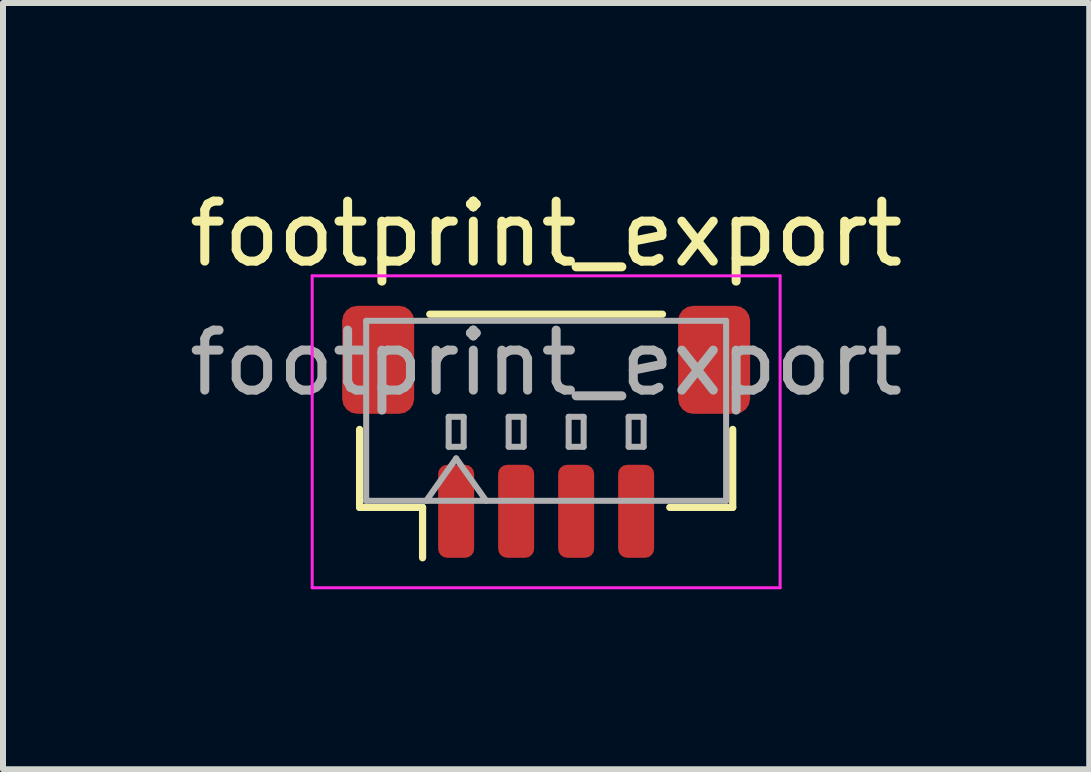
<source format=kicad_pcb>
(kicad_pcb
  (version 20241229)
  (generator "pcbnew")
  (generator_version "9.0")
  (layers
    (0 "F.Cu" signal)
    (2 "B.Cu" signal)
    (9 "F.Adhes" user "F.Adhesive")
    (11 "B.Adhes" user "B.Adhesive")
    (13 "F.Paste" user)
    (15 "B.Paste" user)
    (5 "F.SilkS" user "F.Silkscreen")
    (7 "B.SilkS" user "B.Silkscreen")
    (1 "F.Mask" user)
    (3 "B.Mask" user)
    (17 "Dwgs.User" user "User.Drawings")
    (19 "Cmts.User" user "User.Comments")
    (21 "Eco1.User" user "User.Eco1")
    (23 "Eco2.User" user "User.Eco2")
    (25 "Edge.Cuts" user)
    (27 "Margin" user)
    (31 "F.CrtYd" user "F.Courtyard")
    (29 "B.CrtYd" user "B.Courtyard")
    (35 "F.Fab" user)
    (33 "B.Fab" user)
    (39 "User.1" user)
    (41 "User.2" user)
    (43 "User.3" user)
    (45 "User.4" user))
  (footprint "footprint_export"
    (layer "F.Cu")
    (at 6.054 4.148)
    (property "Reference" "footprint_export" (at 0 -3.3 0) (layer "F.SilkS") (effects (font (size 1 1) (thickness 0.15))))
    (attr smd)
    (fp_line (start -3.11 -0.04) (end -3.11 1.26) (stroke (width 0.12) (type solid)) (layer "F.SilkS"))
    (fp_line (start -3.11 1.26) (end -2.06 1.26) (stroke (width 0.12) (type solid)) (layer "F.SilkS"))
    (fp_line (start -2.06 1.26) (end -2.06 2.1) (stroke (width 0.12) (type solid)) (layer "F.SilkS"))
    (fp_line (start -1.94 -1.96) (end 1.94 -1.96) (stroke (width 0.12) (type solid)) (layer "F.SilkS"))
    (fp_line (start 3.11 -0.04) (end 3.11 1.26) (stroke (width 0.12) (type solid)) (layer "F.SilkS"))
    (fp_line (start 3.11 1.26) (end 2.06 1.26) (stroke (width 0.12) (type solid)) (layer "F.SilkS"))
    (fp_line (start -3.9 -2.6) (end -3.9 2.6) (stroke (width 0.05) (type solid)) (layer "F.CrtYd"))
    (fp_line (start -3.9 2.6) (end 3.9 2.6) (stroke (width 0.05) (type solid)) (layer "F.CrtYd"))
    (fp_line (start 3.9 -2.6) (end -3.9 -2.6) (stroke (width 0.05) (type solid)) (layer "F.CrtYd"))
    (fp_line (start 3.9 2.6) (end 3.9 -2.6) (stroke (width 0.05) (type solid)) (layer "F.CrtYd"))
    (fp_line (start -3 -1.85) (end 3 -1.85) (stroke (width 0.1) (type solid)) (layer "F.Fab"))
    (fp_line (start -3 1.15) (end -3 -1.85) (stroke (width 0.1) (type solid)) (layer "F.Fab"))
    (fp_line (start -3 1.15) (end 3 1.15) (stroke (width 0.1) (type solid)) (layer "F.Fab"))
    (fp_line (start -2 1.15) (end -1.5 0.443) (stroke (width 0.1) (type solid)) (layer "F.Fab"))
    (fp_line (start -1.625 -0.25) (end -1.625 0.25) (stroke (width 0.1) (type solid)) (layer "F.Fab"))
    (fp_line (start -1.625 0.25) (end -1.375 0.25) (stroke (width 0.1) (type solid)) (layer "F.Fab"))
    (fp_line (start -1.5 0.443) (end -1 1.15) (stroke (width 0.1) (type solid)) (layer "F.Fab"))
    (fp_line (start -1.375 -0.25) (end -1.625 -0.25) (stroke (width 0.1) (type solid)) (layer "F.Fab"))
    (fp_line (start -1.375 0.25) (end -1.375 -0.25) (stroke (width 0.1) (type solid)) (layer "F.Fab"))
    (fp_line (start -0.625 -0.25) (end -0.625 0.25) (stroke (width 0.1) (type solid)) (layer "F.Fab"))
    (fp_line (start -0.625 0.25) (end -0.375 0.25) (stroke (width 0.1) (type solid)) (layer "F.Fab"))
    (fp_line (start -0.375 -0.25) (end -0.625 -0.25) (stroke (width 0.1) (type solid)) (layer "F.Fab"))
    (fp_line (start -0.375 0.25) (end -0.375 -0.25) (stroke (width 0.1) (type solid)) (layer "F.Fab"))
    (fp_line (start 0.375 -0.25) (end 0.375 0.25) (stroke (width 0.1) (type solid)) (layer "F.Fab"))
    (fp_line (start 0.375 0.25) (end 0.625 0.25) (stroke (width 0.1) (type solid)) (layer "F.Fab"))
    (fp_line (start 0.625 -0.25) (end 0.375 -0.25) (stroke (width 0.1) (type solid)) (layer "F.Fab"))
    (fp_line (start 0.625 0.25) (end 0.625 -0.25) (stroke (width 0.1) (type solid)) (layer "F.Fab"))
    (fp_line (start 1.375 -0.25) (end 1.375 0.25) (stroke (width 0.1) (type solid)) (layer "F.Fab"))
    (fp_line (start 1.375 0.25) (end 1.625 0.25) (stroke (width 0.1) (type solid)) (layer "F.Fab"))
    (fp_line (start 1.625 -0.25) (end 1.375 -0.25) (stroke (width 0.1) (type solid)) (layer "F.Fab"))
    (fp_line (start 1.625 0.25) (end 1.625 -0.25) (stroke (width 0.1) (type solid)) (layer "F.Fab"))
    (fp_line (start 3 1.15) (end 3 -1.85) (stroke (width 0.1) (type solid)) (layer "F.Fab"))
    (fp_text user "${REFERENCE}" (at 0 -1.15 0) (layer "F.Fab") (effects (font (size 1 1) (thickness 0.15))))
    (pad "1" smd roundrect (at -1.5 1.325) (size 0.6 1.55) (layers "F.Cu" "F.Mask" "F.Paste") (roundrect_rratio 0.25))
    (pad "2" smd roundrect (at -0.5 1.325) (size 0.6 1.55) (layers "F.Cu" "F.Mask" "F.Paste") (roundrect_rratio 0.25))
    (pad "3" smd roundrect (at 0.5 1.325) (size 0.6 1.55) (layers "F.Cu" "F.Mask" "F.Paste") (roundrect_rratio 0.25))
    (pad "4" smd roundrect (at 1.5 1.325) (size 0.6 1.55) (layers "F.Cu" "F.Mask" "F.Paste") (roundrect_rratio 0.25))
    (pad "MP" smd roundrect (at -2.8 -1.2) (size 1.2 1.8) (layers "F.Cu" "F.Mask" "F.Paste") (roundrect_rratio 0.208))
    (pad "MP" smd roundrect (at 2.8 -1.2) (size 1.2 1.8) (layers "F.Cu" "F.Mask" "F.Paste") (roundrect_rratio 0.208)))
  (gr_rect
    (start -3 -3)
    (end 15.107 9.773)
    (stroke (width 0.1) (type default))
    (fill no)
    (layer "Edge.Cuts")))
</source>
